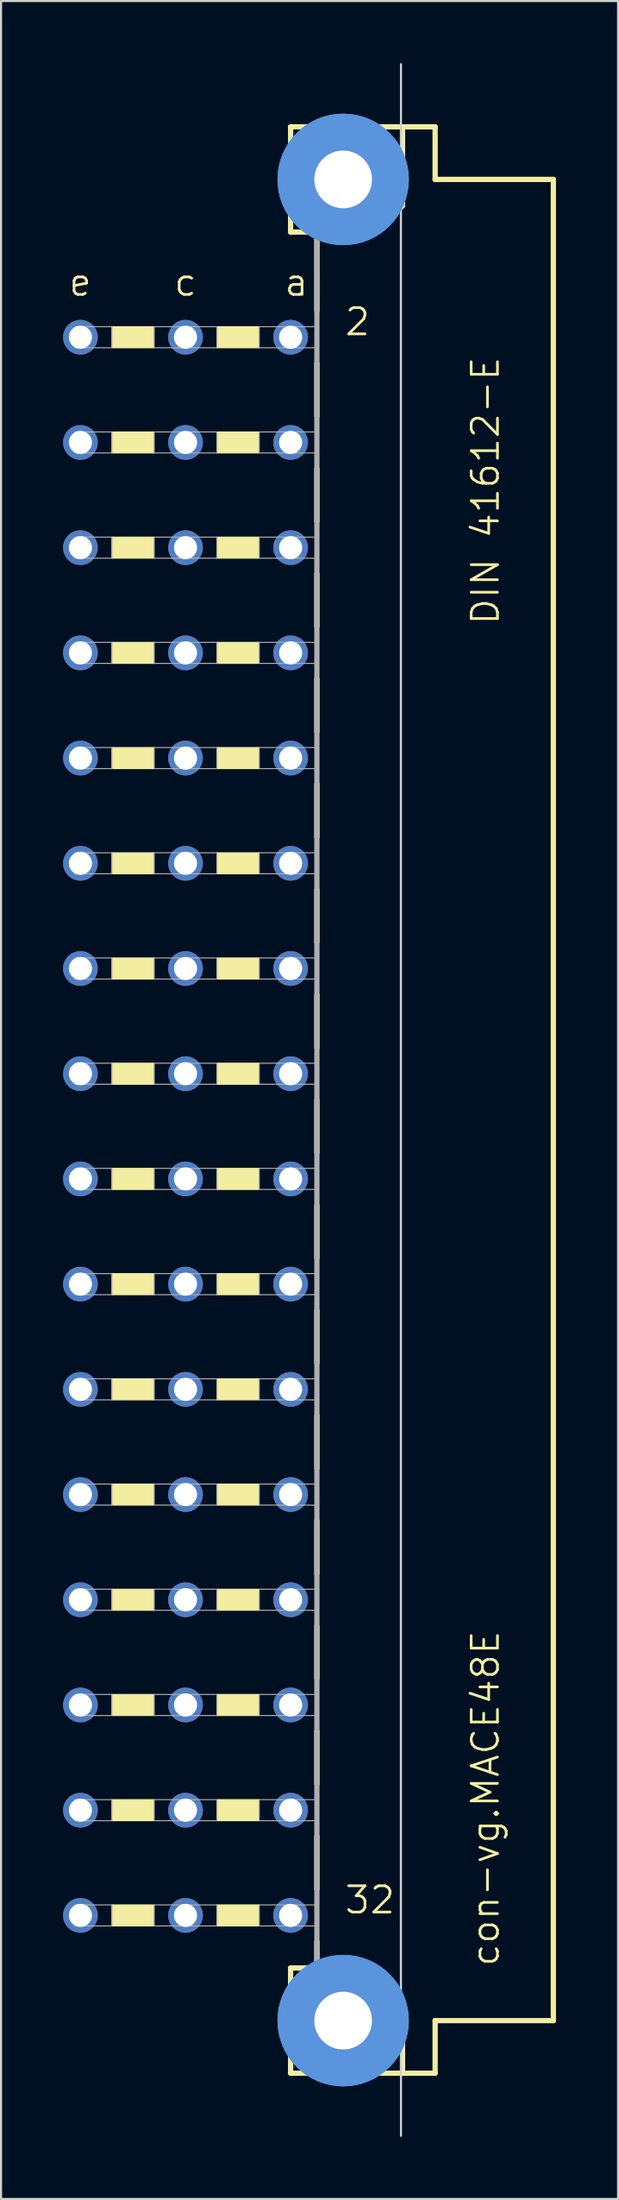
<source format=kicad_pcb>
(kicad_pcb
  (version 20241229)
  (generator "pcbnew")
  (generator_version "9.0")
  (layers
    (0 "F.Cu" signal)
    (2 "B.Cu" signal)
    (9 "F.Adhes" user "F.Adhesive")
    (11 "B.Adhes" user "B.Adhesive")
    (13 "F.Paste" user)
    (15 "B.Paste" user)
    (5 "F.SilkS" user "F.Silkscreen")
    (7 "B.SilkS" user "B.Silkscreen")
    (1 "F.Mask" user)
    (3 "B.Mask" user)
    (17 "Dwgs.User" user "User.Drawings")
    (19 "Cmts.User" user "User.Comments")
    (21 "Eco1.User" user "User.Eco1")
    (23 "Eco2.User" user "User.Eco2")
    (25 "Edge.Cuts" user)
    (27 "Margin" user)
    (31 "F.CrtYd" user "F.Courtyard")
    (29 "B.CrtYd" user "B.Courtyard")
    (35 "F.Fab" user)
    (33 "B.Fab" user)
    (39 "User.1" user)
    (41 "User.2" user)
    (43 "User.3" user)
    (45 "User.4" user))
  (footprint "con-vg.MACE48E"
    (layer "F.Cu")
    (at 13.538 50.063)
    (property "Reference" "con-vg.MACE48E" (at 7.62 41.91 90) (layer "F.SilkS") (effects (font (size 1.27 1.27) (thickness 0.13)) (justify left bottom)))
    (attr through_hole)
    (fp_line (start -2.54 -46.99) (end -2.54 -41.91) (stroke (width 0.254) (type default)) (layer "F.SilkS"))
    (fp_line (start -2.54 -41.91) (end -1.27 -41.91) (stroke (width 0.254) (type default)) (layer "F.SilkS"))
    (fp_line (start -2.54 41.91) (end -2.54 46.99) (stroke (width 0.254) (type default)) (layer "F.SilkS"))
    (fp_line (start -2.54 41.91) (end -1.27 41.91) (stroke (width 0.254) (type default)) (layer "F.SilkS"))
    (fp_line (start -2.54 46.99) (end 2.87 46.99) (stroke (width 0.254) (type default)) (layer "F.SilkS"))
    (fp_line (start -1.27 -41.91) (end -1.27 -38.1) (stroke (width 0.254) (type default)) (layer "F.SilkS"))
    (fp_line (start -1.27 -41.91) (end 1.6 -41.91) (stroke (width 0.254) (type default)) (layer "F.SilkS"))
    (fp_line (start -1.27 -35.56) (end -1.27 -33.02) (stroke (width 0.254) (type default)) (layer "F.SilkS"))
    (fp_line (start -1.27 -30.48) (end -1.27 -27.94) (stroke (width 0.254) (type default)) (layer "F.SilkS"))
    (fp_line (start -1.27 -25.4) (end -1.27 -22.86) (stroke (width 0.254) (type default)) (layer "F.SilkS"))
    (fp_line (start -1.27 -20.32) (end -1.27 -17.78) (stroke (width 0.254) (type default)) (layer "F.SilkS"))
    (fp_line (start -1.27 -15.24) (end -1.27 -12.7) (stroke (width 0.254) (type default)) (layer "F.SilkS"))
    (fp_line (start -1.27 -10.16) (end -1.27 -7.62) (stroke (width 0.254) (type default)) (layer "F.SilkS"))
    (fp_line (start -1.27 -5.08) (end -1.27 -2.54) (stroke (width 0.254) (type default)) (layer "F.SilkS"))
    (fp_line (start -1.27 0) (end -1.27 2.54) (stroke (width 0.254) (type default)) (layer "F.SilkS"))
    (fp_line (start -1.27 5.08) (end -1.27 7.62) (stroke (width 0.254) (type default)) (layer "F.SilkS"))
    (fp_line (start -1.27 10.16) (end -1.27 12.7) (stroke (width 0.254) (type default)) (layer "F.SilkS"))
    (fp_line (start -1.27 15.24) (end -1.27 17.78) (stroke (width 0.254) (type default)) (layer "F.SilkS"))
    (fp_line (start -1.27 20.32) (end -1.27 22.86) (stroke (width 0.254) (type default)) (layer "F.SilkS"))
    (fp_line (start -1.27 25.4) (end -1.27 27.94) (stroke (width 0.254) (type default)) (layer "F.SilkS"))
    (fp_line (start -1.27 30.48) (end -1.27 33.02) (stroke (width 0.254) (type default)) (layer "F.SilkS"))
    (fp_line (start -1.27 35.56) (end -1.27 38.1) (stroke (width 0.254) (type default)) (layer "F.SilkS"))
    (fp_line (start -1.27 40.64) (end -1.27 41.91) (stroke (width 0.254) (type default)) (layer "F.SilkS"))
    (fp_line (start -1.27 41.91) (end 1.27 41.91) (stroke (width 0.254) (type default)) (layer "F.SilkS"))
    (fp_line (start 1.6 -41.91) (end 2.87 -43.18) (stroke (width 0.254) (type default)) (layer "F.SilkS"))
    (fp_line (start 2.769 -43.18) (end 2.769 44.45) (stroke (width 0.051) (type default)) (layer "F.SilkS"))
    (fp_line (start 2.87 -46.99) (end -2.54 -46.99) (stroke (width 0.254) (type default)) (layer "F.SilkS"))
    (fp_line (start 2.87 -43.18) (end 2.87 -46.99) (stroke (width 0.254) (type default)) (layer "F.SilkS"))
    (fp_line (start 2.87 43.51) (end 1.27 41.91) (stroke (width 0.254) (type default)) (layer "F.SilkS"))
    (fp_line (start 2.87 43.51) (end 2.87 46.99) (stroke (width 0.254) (type default)) (layer "F.SilkS"))
    (fp_line (start 2.87 46.99) (end 4.445 46.99) (stroke (width 0.254) (type default)) (layer "F.SilkS"))
    (fp_line (start 4.445 -46.99) (end 2.87 -46.99) (stroke (width 0.254) (type default)) (layer "F.SilkS"))
    (fp_line (start 4.445 -44.45) (end 4.445 -46.99) (stroke (width 0.254) (type default)) (layer "F.SilkS"))
    (fp_line (start 4.445 44.45) (end 10.16 44.45) (stroke (width 0.254) (type default)) (layer "F.SilkS"))
    (fp_line (start 4.445 46.99) (end 4.445 44.45) (stroke (width 0.254) (type default)) (layer "F.SilkS"))
    (fp_line (start 10.16 -44.45) (end 4.445 -44.45) (stroke (width 0.254) (type default)) (layer "F.SilkS"))
    (fp_line (start 10.16 44.45) (end 10.16 -44.45) (stroke (width 0.254) (type default)) (layer "F.SilkS"))
    (fp_rect (start -11.176 -36.322) (end -9.144 -37.338) (stroke (width 0.05) (type default)) (fill yes) (layer "F.SilkS"))
    (fp_rect (start -11.176 -31.242) (end -9.144 -32.258) (stroke (width 0.05) (type default)) (fill yes) (layer "F.SilkS"))
    (fp_rect (start -11.176 -26.162) (end -9.144 -27.178) (stroke (width 0.05) (type default)) (fill yes) (layer "F.SilkS"))
    (fp_rect (start -11.176 -21.082) (end -9.144 -22.098) (stroke (width 0.05) (type default)) (fill yes) (layer "F.SilkS"))
    (fp_rect (start -11.176 -16.002) (end -9.144 -17.018) (stroke (width 0.05) (type default)) (fill yes) (layer "F.SilkS"))
    (fp_rect (start -11.176 -10.922) (end -9.144 -11.938) (stroke (width 0.05) (type default)) (fill yes) (layer "F.SilkS"))
    (fp_rect (start -11.176 -5.842) (end -9.144 -6.858) (stroke (width 0.05) (type default)) (fill yes) (layer "F.SilkS"))
    (fp_rect (start -11.176 -0.762) (end -9.144 -1.778) (stroke (width 0.05) (type default)) (fill yes) (layer "F.SilkS"))
    (fp_rect (start -11.176 4.318) (end -9.144 3.302) (stroke (width 0.05) (type default)) (fill yes) (layer "F.SilkS"))
    (fp_rect (start -11.176 9.398) (end -9.144 8.382) (stroke (width 0.05) (type default)) (fill yes) (layer "F.SilkS"))
    (fp_rect (start -11.176 14.478) (end -9.144 13.462) (stroke (width 0.05) (type default)) (fill yes) (layer "F.SilkS"))
    (fp_rect (start -11.176 19.558) (end -9.144 18.542) (stroke (width 0.05) (type default)) (fill yes) (layer "F.SilkS"))
    (fp_rect (start -11.176 24.638) (end -9.144 23.622) (stroke (width 0.05) (type default)) (fill yes) (layer "F.SilkS"))
    (fp_rect (start -11.176 29.718) (end -9.144 28.702) (stroke (width 0.05) (type default)) (fill yes) (layer "F.SilkS"))
    (fp_rect (start -11.176 34.798) (end -9.144 33.782) (stroke (width 0.05) (type default)) (fill yes) (layer "F.SilkS"))
    (fp_rect (start -11.176 39.878) (end -9.144 38.862) (stroke (width 0.05) (type default)) (fill yes) (layer "F.SilkS"))
    (fp_rect (start -6.096 -36.322) (end -4.064 -37.338) (stroke (width 0.05) (type default)) (fill yes) (layer "F.SilkS"))
    (fp_rect (start -6.096 -31.242) (end -4.064 -32.258) (stroke (width 0.05) (type default)) (fill yes) (layer "F.SilkS"))
    (fp_rect (start -6.096 -26.162) (end -4.064 -27.178) (stroke (width 0.05) (type default)) (fill yes) (layer "F.SilkS"))
    (fp_rect (start -6.096 -21.082) (end -4.064 -22.098) (stroke (width 0.05) (type default)) (fill yes) (layer "F.SilkS"))
    (fp_rect (start -6.096 -16.002) (end -4.064 -17.018) (stroke (width 0.05) (type default)) (fill yes) (layer "F.SilkS"))
    (fp_rect (start -6.096 -10.922) (end -4.064 -11.938) (stroke (width 0.05) (type default)) (fill yes) (layer "F.SilkS"))
    (fp_rect (start -6.096 -5.842) (end -4.064 -6.858) (stroke (width 0.05) (type default)) (fill yes) (layer "F.SilkS"))
    (fp_rect (start -6.096 -0.762) (end -4.064 -1.778) (stroke (width 0.05) (type default)) (fill yes) (layer "F.SilkS"))
    (fp_rect (start -6.096 4.318) (end -4.064 3.302) (stroke (width 0.05) (type default)) (fill yes) (layer "F.SilkS"))
    (fp_rect (start -6.096 9.398) (end -4.064 8.382) (stroke (width 0.05) (type default)) (fill yes) (layer "F.SilkS"))
    (fp_rect (start -6.096 14.478) (end -4.064 13.462) (stroke (width 0.05) (type default)) (fill yes) (layer "F.SilkS"))
    (fp_rect (start -6.096 19.558) (end -4.064 18.542) (stroke (width 0.05) (type default)) (fill yes) (layer "F.SilkS"))
    (fp_rect (start -6.096 24.638) (end -4.064 23.622) (stroke (width 0.05) (type default)) (fill yes) (layer "F.SilkS"))
    (fp_rect (start -6.096 29.718) (end -4.064 28.702) (stroke (width 0.05) (type default)) (fill yes) (layer "F.SilkS"))
    (fp_rect (start -6.096 34.798) (end -4.064 33.782) (stroke (width 0.05) (type default)) (fill yes) (layer "F.SilkS"))
    (fp_rect (start -6.096 39.878) (end -4.064 38.862) (stroke (width 0.05) (type default)) (fill yes) (layer "F.SilkS"))
    (fp_circle (center 0 -44.45) (end 2.286 -44.45) (stroke (width 1.778) (type default)) (fill no) (layer "Cmts.User"))
    (fp_circle (center 0 -44.45) (end 2.286 -44.45) (stroke (width 1.778) (type default)) (fill no) (layer "Cmts.User"))
    (fp_circle (center 0 44.45) (end 2.286 44.45) (stroke (width 1.778) (type default)) (fill no) (layer "Cmts.User"))
    (fp_circle (center 0 44.45) (end 2.286 44.45) (stroke (width 1.778) (type default)) (fill no) (layer "Cmts.User"))
    (fp_line (start 2.794 50.013) (end 2.794 -50.013) (stroke (width 0.1) (type default)) (layer "Edge.Cuts"))
    (fp_line (start -1.27 -41.91) (end -1.27 41.91) (stroke (width 0.254) (type default)) (layer "F.Fab"))
    (fp_rect (start -12.954 -36.322) (end -11.176 -37.338) (stroke (width 0.05) (type default)) (fill no) (layer "F.Fab"))
    (fp_rect (start -12.954 -31.242) (end -11.176 -32.258) (stroke (width 0.05) (type default)) (fill no) (layer "F.Fab"))
    (fp_rect (start -12.954 -26.162) (end -11.176 -27.178) (stroke (width 0.05) (type default)) (fill no) (layer "F.Fab"))
    (fp_rect (start -12.954 -21.082) (end -11.176 -22.098) (stroke (width 0.05) (type default)) (fill no) (layer "F.Fab"))
    (fp_rect (start -12.954 -16.002) (end -11.176 -17.018) (stroke (width 0.05) (type default)) (fill no) (layer "F.Fab"))
    (fp_rect (start -12.954 -10.922) (end -11.176 -11.938) (stroke (width 0.05) (type default)) (fill no) (layer "F.Fab"))
    (fp_rect (start -12.954 -5.842) (end -11.176 -6.858) (stroke (width 0.05) (type default)) (fill no) (layer "F.Fab"))
    (fp_rect (start -12.954 -0.762) (end -11.176 -1.778) (stroke (width 0.05) (type default)) (fill no) (layer "F.Fab"))
    (fp_rect (start -12.954 4.318) (end -11.176 3.302) (stroke (width 0.05) (type default)) (fill no) (layer "F.Fab"))
    (fp_rect (start -12.954 9.398) (end -11.176 8.382) (stroke (width 0.05) (type default)) (fill no) (layer "F.Fab"))
    (fp_rect (start -12.954 14.478) (end -11.176 13.462) (stroke (width 0.05) (type default)) (fill no) (layer "F.Fab"))
    (fp_rect (start -12.954 19.558) (end -11.176 18.542) (stroke (width 0.05) (type default)) (fill no) (layer "F.Fab"))
    (fp_rect (start -12.954 24.638) (end -11.176 23.622) (stroke (width 0.05) (type default)) (fill no) (layer "F.Fab"))
    (fp_rect (start -12.954 29.718) (end -11.176 28.702) (stroke (width 0.05) (type default)) (fill no) (layer "F.Fab"))
    (fp_rect (start -12.954 34.798) (end -11.176 33.782) (stroke (width 0.05) (type default)) (fill no) (layer "F.Fab"))
    (fp_rect (start -12.954 39.878) (end -11.176 38.862) (stroke (width 0.05) (type default)) (fill no) (layer "F.Fab"))
    (fp_rect (start -9.144 -36.322) (end -6.096 -37.338) (stroke (width 0.05) (type default)) (fill no) (layer "F.Fab"))
    (fp_rect (start -9.144 -31.242) (end -6.096 -32.258) (stroke (width 0.05) (type default)) (fill no) (layer "F.Fab"))
    (fp_rect (start -9.144 -26.162) (end -6.096 -27.178) (stroke (width 0.05) (type default)) (fill no) (layer "F.Fab"))
    (fp_rect (start -9.144 -21.082) (end -6.096 -22.098) (stroke (width 0.05) (type default)) (fill no) (layer "F.Fab"))
    (fp_rect (start -9.144 -16.002) (end -6.096 -17.018) (stroke (width 0.05) (type default)) (fill no) (layer "F.Fab"))
    (fp_rect (start -9.144 -10.922) (end -6.096 -11.938) (stroke (width 0.05) (type default)) (fill no) (layer "F.Fab"))
    (fp_rect (start -9.144 -5.842) (end -6.096 -6.858) (stroke (width 0.05) (type default)) (fill no) (layer "F.Fab"))
    (fp_rect (start -9.144 -0.762) (end -6.096 -1.778) (stroke (width 0.05) (type default)) (fill no) (layer "F.Fab"))
    (fp_rect (start -9.144 4.318) (end -6.096 3.302) (stroke (width 0.05) (type default)) (fill no) (layer "F.Fab"))
    (fp_rect (start -9.144 9.398) (end -6.096 8.382) (stroke (width 0.05) (type default)) (fill no) (layer "F.Fab"))
    (fp_rect (start -9.144 14.478) (end -6.096 13.462) (stroke (width 0.05) (type default)) (fill no) (layer "F.Fab"))
    (fp_rect (start -9.144 19.558) (end -6.096 18.542) (stroke (width 0.05) (type default)) (fill no) (layer "F.Fab"))
    (fp_rect (start -9.144 24.638) (end -6.096 23.622) (stroke (width 0.05) (type default)) (fill no) (layer "F.Fab"))
    (fp_rect (start -9.144 29.718) (end -6.096 28.702) (stroke (width 0.05) (type default)) (fill no) (layer "F.Fab"))
    (fp_rect (start -9.144 34.798) (end -6.096 33.782) (stroke (width 0.05) (type default)) (fill no) (layer "F.Fab"))
    (fp_rect (start -9.144 39.878) (end -6.096 38.862) (stroke (width 0.05) (type default)) (fill no) (layer "F.Fab"))
    (fp_rect (start -4.064 -36.322) (end -1.27 -37.338) (stroke (width 0.05) (type default)) (fill no) (layer "F.Fab"))
    (fp_rect (start -4.064 -31.242) (end -1.27 -32.258) (stroke (width 0.05) (type default)) (fill no) (layer "F.Fab"))
    (fp_rect (start -4.064 -26.162) (end -1.27 -27.178) (stroke (width 0.05) (type default)) (fill no) (layer "F.Fab"))
    (fp_rect (start -4.064 -21.082) (end -1.27 -22.098) (stroke (width 0.05) (type default)) (fill no) (layer "F.Fab"))
    (fp_rect (start -4.064 -16.002) (end -1.27 -17.018) (stroke (width 0.05) (type default)) (fill no) (layer "F.Fab"))
    (fp_rect (start -4.064 -10.922) (end -1.27 -11.938) (stroke (width 0.05) (type default)) (fill no) (layer "F.Fab"))
    (fp_rect (start -4.064 -5.842) (end -1.27 -6.858) (stroke (width 0.05) (type default)) (fill no) (layer "F.Fab"))
    (fp_rect (start -4.064 -0.762) (end -1.27 -1.778) (stroke (width 0.05) (type default)) (fill no) (layer "F.Fab"))
    (fp_rect (start -4.064 4.318) (end -1.27 3.302) (stroke (width 0.05) (type default)) (fill no) (layer "F.Fab"))
    (fp_rect (start -4.064 9.398) (end -1.27 8.382) (stroke (width 0.05) (type default)) (fill no) (layer "F.Fab"))
    (fp_rect (start -4.064 14.478) (end -1.27 13.462) (stroke (width 0.05) (type default)) (fill no) (layer "F.Fab"))
    (fp_rect (start -4.064 19.558) (end -1.27 18.542) (stroke (width 0.05) (type default)) (fill no) (layer "F.Fab"))
    (fp_rect (start -4.064 24.638) (end -1.27 23.622) (stroke (width 0.05) (type default)) (fill no) (layer "F.Fab"))
    (fp_rect (start -4.064 29.718) (end -1.27 28.702) (stroke (width 0.05) (type default)) (fill no) (layer "F.Fab"))
    (fp_rect (start -4.064 34.798) (end -1.27 33.782) (stroke (width 0.05) (type default)) (fill no) (layer "F.Fab"))
    (fp_rect (start -4.064 39.878) (end -1.27 38.862) (stroke (width 0.05) (type default)) (fill no) (layer "F.Fab"))
    (fp_text user "32" (at 0 39.37 0) (layer "F.SilkS") (effects (font (size 1.27 1.27) (thickness 0.13)) (justify left bottom)))
    (fp_text user "2" (at 0 -36.83 0) (layer "F.SilkS") (effects (font (size 1.27 1.27) (thickness 0.13)) (justify left bottom)))
    (fp_text user "e" (at -13.335 -38.735 0) (layer "F.SilkS") (effects (font (size 1.27 1.27) (thickness 0.13)) (justify left bottom)))
    (fp_text user "a" (at -2.921 -38.735 0) (layer "F.SilkS") (effects (font (size 1.27 1.27) (thickness 0.13)) (justify left bottom)))
    (fp_text user "c" (at -8.255 -38.735 0) (layer "F.SilkS") (effects (font (size 1.27 1.27) (thickness 0.13)) (justify left bottom)))
    (fp_text user "DIN 41612-E" (at 7.62 -22.86 90) (layer "F.SilkS") (effects (font (size 1.27 1.27) (thickness 0.13)) (justify left bottom)))
    (pad "" np_thru_hole circle (at 0 -44.45) (size 2.794 2.794) (drill 2.794) (layers "*.Cu" "*.Mask"))
    (pad "" np_thru_hole circle (at 0 44.45) (size 2.794 2.794) (drill 2.794) (layers "*.Cu" "*.Mask"))
    (pad "A2" thru_hole circle (at -2.54 -36.83) (size 1.676 1.676) (drill 1.118) (layers "*.Cu" "*.Mask"))
    (pad "A4" thru_hole circle (at -2.54 -31.75) (size 1.676 1.676) (drill 1.118) (layers "*.Cu" "*.Mask"))
    (pad "A6" thru_hole circle (at -2.54 -26.67) (size 1.676 1.676) (drill 1.118) (layers "*.Cu" "*.Mask"))
    (pad "A8" thru_hole circle (at -2.54 -21.59) (size 1.676 1.676) (drill 1.118) (layers "*.Cu" "*.Mask"))
    (pad "A10" thru_hole circle (at -2.54 -16.51) (size 1.676 1.676) (drill 1.118) (layers "*.Cu" "*.Mask"))
    (pad "A12" thru_hole circle (at -2.54 -11.43) (size 1.676 1.676) (drill 1.118) (layers "*.Cu" "*.Mask"))
    (pad "A14" thru_hole circle (at -2.54 -6.35) (size 1.676 1.676) (drill 1.118) (layers "*.Cu" "*.Mask"))
    (pad "A16" thru_hole circle (at -2.54 -1.27) (size 1.676 1.676) (drill 1.118) (layers "*.Cu" "*.Mask"))
    (pad "A18" thru_hole circle (at -2.54 3.81) (size 1.676 1.676) (drill 1.118) (layers "*.Cu" "*.Mask"))
    (pad "A20" thru_hole circle (at -2.54 8.89) (size 1.676 1.676) (drill 1.118) (layers "*.Cu" "*.Mask"))
    (pad "A22" thru_hole circle (at -2.54 13.97) (size 1.676 1.676) (drill 1.118) (layers "*.Cu" "*.Mask"))
    (pad "A24" thru_hole circle (at -2.54 19.05) (size 1.676 1.676) (drill 1.118) (layers "*.Cu" "*.Mask"))
    (pad "A26" thru_hole circle (at -2.54 24.13) (size 1.676 1.676) (drill 1.118) (layers "*.Cu" "*.Mask"))
    (pad "A28" thru_hole circle (at -2.54 29.21) (size 1.676 1.676) (drill 1.118) (layers "*.Cu" "*.Mask"))
    (pad "A30" thru_hole circle (at -2.54 34.29) (size 1.676 1.676) (drill 1.118) (layers "*.Cu" "*.Mask"))
    (pad "A32" thru_hole circle (at -2.54 39.37) (size 1.676 1.676) (drill 1.118) (layers "*.Cu" "*.Mask"))
    (pad "C2" thru_hole circle (at -7.62 -36.83) (size 1.676 1.676) (drill 1.118) (layers "*.Cu" "*.Mask"))
    (pad "C4" thru_hole circle (at -7.62 -31.75) (size 1.676 1.676) (drill 1.118) (layers "*.Cu" "*.Mask"))
    (pad "C6" thru_hole circle (at -7.62 -26.67) (size 1.676 1.676) (drill 1.118) (layers "*.Cu" "*.Mask"))
    (pad "C8" thru_hole circle (at -7.62 -21.59) (size 1.676 1.676) (drill 1.118) (layers "*.Cu" "*.Mask"))
    (pad "C10" thru_hole circle (at -7.62 -16.51) (size 1.676 1.676) (drill 1.118) (layers "*.Cu" "*.Mask"))
    (pad "C12" thru_hole circle (at -7.62 -11.43) (size 1.676 1.676) (drill 1.118) (layers "*.Cu" "*.Mask"))
    (pad "C14" thru_hole circle (at -7.62 -6.35) (size 1.676 1.676) (drill 1.118) (layers "*.Cu" "*.Mask"))
    (pad "C16" thru_hole circle (at -7.62 -1.27) (size 1.676 1.676) (drill 1.118) (layers "*.Cu" "*.Mask"))
    (pad "C18" thru_hole circle (at -7.62 3.81) (size 1.676 1.676) (drill 1.118) (layers "*.Cu" "*.Mask"))
    (pad "C20" thru_hole circle (at -7.62 8.89) (size 1.676 1.676) (drill 1.118) (layers "*.Cu" "*.Mask"))
    (pad "C22" thru_hole circle (at -7.62 13.97) (size 1.676 1.676) (drill 1.118) (layers "*.Cu" "*.Mask"))
    (pad "C24" thru_hole circle (at -7.62 19.05) (size 1.676 1.676) (drill 1.118) (layers "*.Cu" "*.Mask"))
    (pad "C26" thru_hole circle (at -7.62 24.13) (size 1.676 1.676) (drill 1.118) (layers "*.Cu" "*.Mask"))
    (pad "C28" thru_hole circle (at -7.62 29.21) (size 1.676 1.676) (drill 1.118) (layers "*.Cu" "*.Mask"))
    (pad "C30" thru_hole circle (at -7.62 34.29) (size 1.676 1.676) (drill 1.118) (layers "*.Cu" "*.Mask"))
    (pad "C32" thru_hole circle (at -7.62 39.37) (size 1.676 1.676) (drill 1.118) (layers "*.Cu" "*.Mask"))
    (pad "E2" thru_hole circle (at -12.7 -36.83) (size 1.676 1.676) (drill 1.118) (layers "*.Cu" "*.Mask"))
    (pad "E4" thru_hole circle (at -12.7 -31.75) (size 1.676 1.676) (drill 1.118) (layers "*.Cu" "*.Mask"))
    (pad "E6" thru_hole circle (at -12.7 -26.67) (size 1.676 1.676) (drill 1.118) (layers "*.Cu" "*.Mask"))
    (pad "E8" thru_hole circle (at -12.7 -21.59) (size 1.676 1.676) (drill 1.118) (layers "*.Cu" "*.Mask"))
    (pad "E10" thru_hole circle (at -12.7 -16.51) (size 1.676 1.676) (drill 1.118) (layers "*.Cu" "*.Mask"))
    (pad "E12" thru_hole circle (at -12.7 -11.43) (size 1.676 1.676) (drill 1.118) (layers "*.Cu" "*.Mask"))
    (pad "E14" thru_hole circle (at -12.7 -6.35) (size 1.676 1.676) (drill 1.118) (layers "*.Cu" "*.Mask"))
    (pad "E16" thru_hole circle (at -12.7 -1.27) (size 1.676 1.676) (drill 1.118) (layers "*.Cu" "*.Mask"))
    (pad "E18" thru_hole circle (at -12.7 3.81) (size 1.676 1.676) (drill 1.118) (layers "*.Cu" "*.Mask"))
    (pad "E20" thru_hole circle (at -12.7 8.89) (size 1.676 1.676) (drill 1.118) (layers "*.Cu" "*.Mask"))
    (pad "E22" thru_hole circle (at -12.7 13.97) (size 1.676 1.676) (drill 1.118) (layers "*.Cu" "*.Mask"))
    (pad "E24" thru_hole circle (at -12.7 19.05) (size 1.676 1.676) (drill 1.118) (layers "*.Cu" "*.Mask"))
    (pad "E26" thru_hole circle (at -12.7 24.13) (size 1.676 1.676) (drill 1.118) (layers "*.Cu" "*.Mask"))
    (pad "E28" thru_hole circle (at -12.7 29.21) (size 1.676 1.676) (drill 1.118) (layers "*.Cu" "*.Mask"))
    (pad "E30" thru_hole circle (at -12.7 34.29) (size 1.676 1.676) (drill 1.118) (layers "*.Cu" "*.Mask"))
    (pad "E32" thru_hole circle (at -12.7 39.37) (size 1.676 1.676) (drill 1.118) (layers "*.Cu" "*.Mask")))
  (gr_rect
    (start -3 -3)
    (end 26.825 103.125)
    (stroke (width 0.1) (type default))
    (fill no)
    (layer "Edge.Cuts")))
</source>
